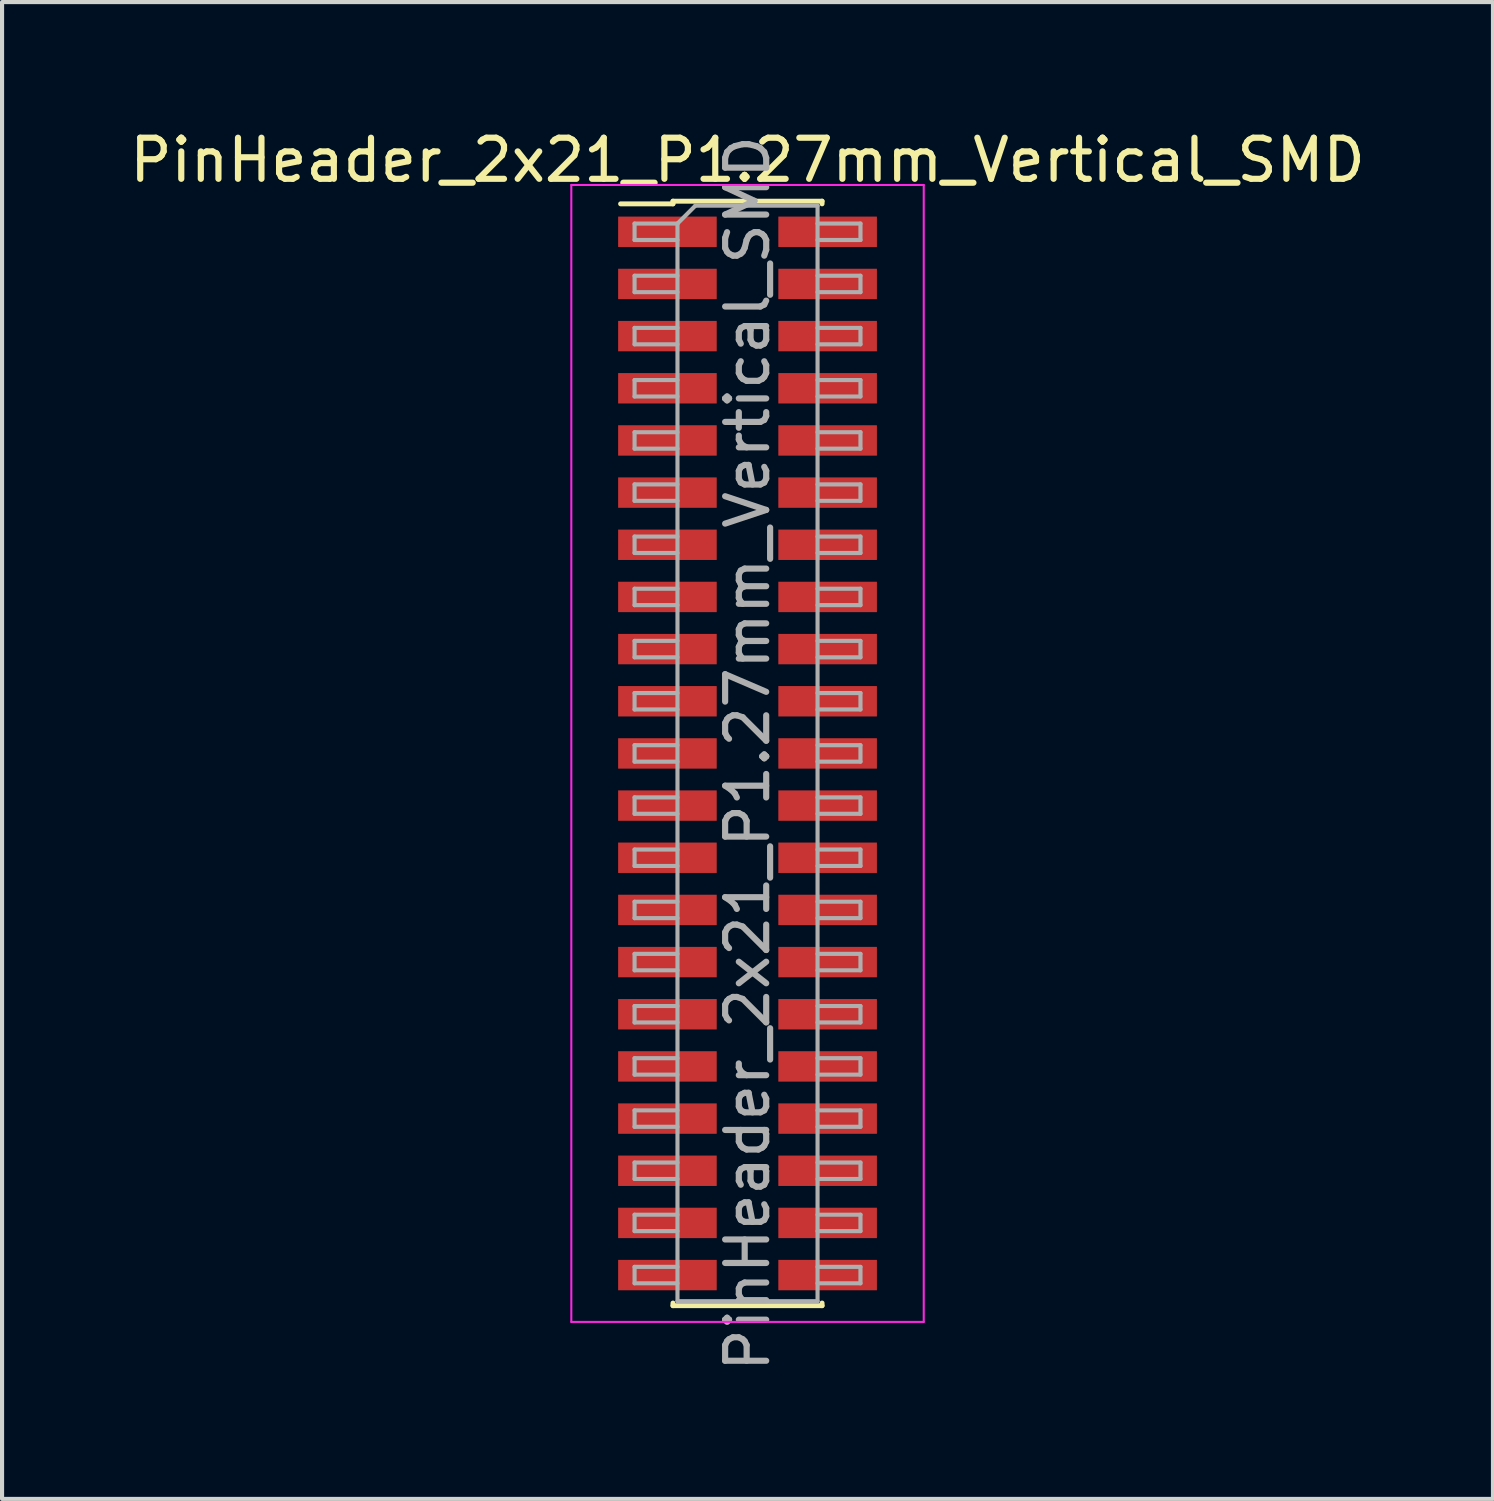
<source format=kicad_pcb>
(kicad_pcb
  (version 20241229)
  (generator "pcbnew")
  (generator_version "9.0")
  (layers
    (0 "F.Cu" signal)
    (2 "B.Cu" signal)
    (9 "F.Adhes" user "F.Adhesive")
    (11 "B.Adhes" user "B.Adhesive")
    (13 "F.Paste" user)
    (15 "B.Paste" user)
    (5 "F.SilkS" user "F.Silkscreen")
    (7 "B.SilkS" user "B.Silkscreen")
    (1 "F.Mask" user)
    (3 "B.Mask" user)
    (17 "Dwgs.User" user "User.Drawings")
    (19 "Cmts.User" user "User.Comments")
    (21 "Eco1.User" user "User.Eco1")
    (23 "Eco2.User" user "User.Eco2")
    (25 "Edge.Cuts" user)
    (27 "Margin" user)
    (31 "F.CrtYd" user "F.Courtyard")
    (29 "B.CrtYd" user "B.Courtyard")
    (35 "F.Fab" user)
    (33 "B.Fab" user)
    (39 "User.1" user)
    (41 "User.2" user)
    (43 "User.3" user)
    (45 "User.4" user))
  (footprint "PinHeader_2x21_P1.27mm_Vertical_SMD"
    (layer "F.Cu")
    (at 15.149 15.293)
    (property "Reference" "PinHeader_2x21_P1.27mm_Vertical_SMD" (at 0 -14.445 0) (layer "F.SilkS") (effects (font (size 1 1) (thickness 0.15))))
    (attr smd)
    (fp_line (start -3.09 -13.38) (end -1.815 -13.38) (stroke (width 0.12) (type solid)) (layer "F.SilkS"))
    (fp_line (start -1.815 -13.445) (end -1.815 -13.38) (stroke (width 0.12) (type solid)) (layer "F.SilkS"))
    (fp_line (start -1.815 -13.445) (end 1.815 -13.445) (stroke (width 0.12) (type solid)) (layer "F.SilkS"))
    (fp_line (start -1.815 13.38) (end -1.815 13.445) (stroke (width 0.12) (type solid)) (layer "F.SilkS"))
    (fp_line (start -1.815 13.445) (end 1.815 13.445) (stroke (width 0.12) (type solid)) (layer "F.SilkS"))
    (fp_line (start 1.815 -13.445) (end 1.815 -13.38) (stroke (width 0.12) (type solid)) (layer "F.SilkS"))
    (fp_line (start 1.815 13.38) (end 1.815 13.445) (stroke (width 0.12) (type solid)) (layer "F.SilkS"))
    (fp_line (start -4.29 -13.84) (end -4.29 13.84) (stroke (width 0.05) (type solid)) (layer "F.CrtYd"))
    (fp_line (start -4.29 13.84) (end 4.29 13.84) (stroke (width 0.05) (type solid)) (layer "F.CrtYd"))
    (fp_line (start 4.29 -13.84) (end -4.29 -13.84) (stroke (width 0.05) (type solid)) (layer "F.CrtYd"))
    (fp_line (start 4.29 13.84) (end 4.29 -13.84) (stroke (width 0.05) (type solid)) (layer "F.CrtYd"))
    (fp_line (start -2.75 -12.9) (end -2.75 -12.5) (stroke (width 0.1) (type solid)) (layer "F.Fab"))
    (fp_line (start -2.75 -12.5) (end -1.705 -12.5) (stroke (width 0.1) (type solid)) (layer "F.Fab"))
    (fp_line (start -2.75 -11.63) (end -2.75 -11.23) (stroke (width 0.1) (type solid)) (layer "F.Fab"))
    (fp_line (start -2.75 -11.23) (end -1.705 -11.23) (stroke (width 0.1) (type solid)) (layer "F.Fab"))
    (fp_line (start -2.75 -10.36) (end -2.75 -9.96) (stroke (width 0.1) (type solid)) (layer "F.Fab"))
    (fp_line (start -2.75 -9.96) (end -1.705 -9.96) (stroke (width 0.1) (type solid)) (layer "F.Fab"))
    (fp_line (start -2.75 -9.09) (end -2.75 -8.69) (stroke (width 0.1) (type solid)) (layer "F.Fab"))
    (fp_line (start -2.75 -8.69) (end -1.705 -8.69) (stroke (width 0.1) (type solid)) (layer "F.Fab"))
    (fp_line (start -2.75 -7.82) (end -2.75 -7.42) (stroke (width 0.1) (type solid)) (layer "F.Fab"))
    (fp_line (start -2.75 -7.42) (end -1.705 -7.42) (stroke (width 0.1) (type solid)) (layer "F.Fab"))
    (fp_line (start -2.75 -6.55) (end -2.75 -6.15) (stroke (width 0.1) (type solid)) (layer "F.Fab"))
    (fp_line (start -2.75 -6.15) (end -1.705 -6.15) (stroke (width 0.1) (type solid)) (layer "F.Fab"))
    (fp_line (start -2.75 -5.28) (end -2.75 -4.88) (stroke (width 0.1) (type solid)) (layer "F.Fab"))
    (fp_line (start -2.75 -4.88) (end -1.705 -4.88) (stroke (width 0.1) (type solid)) (layer "F.Fab"))
    (fp_line (start -2.75 -4.01) (end -2.75 -3.61) (stroke (width 0.1) (type solid)) (layer "F.Fab"))
    (fp_line (start -2.75 -3.61) (end -1.705 -3.61) (stroke (width 0.1) (type solid)) (layer "F.Fab"))
    (fp_line (start -2.75 -2.74) (end -2.75 -2.34) (stroke (width 0.1) (type solid)) (layer "F.Fab"))
    (fp_line (start -2.75 -2.34) (end -1.705 -2.34) (stroke (width 0.1) (type solid)) (layer "F.Fab"))
    (fp_line (start -2.75 -1.47) (end -2.75 -1.07) (stroke (width 0.1) (type solid)) (layer "F.Fab"))
    (fp_line (start -2.75 -1.07) (end -1.705 -1.07) (stroke (width 0.1) (type solid)) (layer "F.Fab"))
    (fp_line (start -2.75 -0.2) (end -2.75 0.2) (stroke (width 0.1) (type solid)) (layer "F.Fab"))
    (fp_line (start -2.75 0.2) (end -1.705 0.2) (stroke (width 0.1) (type solid)) (layer "F.Fab"))
    (fp_line (start -2.75 1.07) (end -2.75 1.47) (stroke (width 0.1) (type solid)) (layer "F.Fab"))
    (fp_line (start -2.75 1.47) (end -1.705 1.47) (stroke (width 0.1) (type solid)) (layer "F.Fab"))
    (fp_line (start -2.75 2.34) (end -2.75 2.74) (stroke (width 0.1) (type solid)) (layer "F.Fab"))
    (fp_line (start -2.75 2.74) (end -1.705 2.74) (stroke (width 0.1) (type solid)) (layer "F.Fab"))
    (fp_line (start -2.75 3.61) (end -2.75 4.01) (stroke (width 0.1) (type solid)) (layer "F.Fab"))
    (fp_line (start -2.75 4.01) (end -1.705 4.01) (stroke (width 0.1) (type solid)) (layer "F.Fab"))
    (fp_line (start -2.75 4.88) (end -2.75 5.28) (stroke (width 0.1) (type solid)) (layer "F.Fab"))
    (fp_line (start -2.75 5.28) (end -1.705 5.28) (stroke (width 0.1) (type solid)) (layer "F.Fab"))
    (fp_line (start -2.75 6.15) (end -2.75 6.55) (stroke (width 0.1) (type solid)) (layer "F.Fab"))
    (fp_line (start -2.75 6.55) (end -1.705 6.55) (stroke (width 0.1) (type solid)) (layer "F.Fab"))
    (fp_line (start -2.75 7.42) (end -2.75 7.82) (stroke (width 0.1) (type solid)) (layer "F.Fab"))
    (fp_line (start -2.75 7.82) (end -1.705 7.82) (stroke (width 0.1) (type solid)) (layer "F.Fab"))
    (fp_line (start -2.75 8.69) (end -2.75 9.09) (stroke (width 0.1) (type solid)) (layer "F.Fab"))
    (fp_line (start -2.75 9.09) (end -1.705 9.09) (stroke (width 0.1) (type solid)) (layer "F.Fab"))
    (fp_line (start -2.75 9.96) (end -2.75 10.36) (stroke (width 0.1) (type solid)) (layer "F.Fab"))
    (fp_line (start -2.75 10.36) (end -1.705 10.36) (stroke (width 0.1) (type solid)) (layer "F.Fab"))
    (fp_line (start -2.75 11.23) (end -2.75 11.63) (stroke (width 0.1) (type solid)) (layer "F.Fab"))
    (fp_line (start -2.75 11.63) (end -1.705 11.63) (stroke (width 0.1) (type solid)) (layer "F.Fab"))
    (fp_line (start -2.75 12.5) (end -2.75 12.9) (stroke (width 0.1) (type solid)) (layer "F.Fab"))
    (fp_line (start -2.75 12.9) (end -1.705 12.9) (stroke (width 0.1) (type solid)) (layer "F.Fab"))
    (fp_line (start -1.705 -12.9) (end -2.75 -12.9) (stroke (width 0.1) (type solid)) (layer "F.Fab"))
    (fp_line (start -1.705 -12.9) (end -1.27 -13.335) (stroke (width 0.1) (type solid)) (layer "F.Fab"))
    (fp_line (start -1.705 -11.63) (end -2.75 -11.63) (stroke (width 0.1) (type solid)) (layer "F.Fab"))
    (fp_line (start -1.705 -10.36) (end -2.75 -10.36) (stroke (width 0.1) (type solid)) (layer "F.Fab"))
    (fp_line (start -1.705 -9.09) (end -2.75 -9.09) (stroke (width 0.1) (type solid)) (layer "F.Fab"))
    (fp_line (start -1.705 -7.82) (end -2.75 -7.82) (stroke (width 0.1) (type solid)) (layer "F.Fab"))
    (fp_line (start -1.705 -6.55) (end -2.75 -6.55) (stroke (width 0.1) (type solid)) (layer "F.Fab"))
    (fp_line (start -1.705 -5.28) (end -2.75 -5.28) (stroke (width 0.1) (type solid)) (layer "F.Fab"))
    (fp_line (start -1.705 -4.01) (end -2.75 -4.01) (stroke (width 0.1) (type solid)) (layer "F.Fab"))
    (fp_line (start -1.705 -2.74) (end -2.75 -2.74) (stroke (width 0.1) (type solid)) (layer "F.Fab"))
    (fp_line (start -1.705 -1.47) (end -2.75 -1.47) (stroke (width 0.1) (type solid)) (layer "F.Fab"))
    (fp_line (start -1.705 -0.2) (end -2.75 -0.2) (stroke (width 0.1) (type solid)) (layer "F.Fab"))
    (fp_line (start -1.705 1.07) (end -2.75 1.07) (stroke (width 0.1) (type solid)) (layer "F.Fab"))
    (fp_line (start -1.705 2.34) (end -2.75 2.34) (stroke (width 0.1) (type solid)) (layer "F.Fab"))
    (fp_line (start -1.705 3.61) (end -2.75 3.61) (stroke (width 0.1) (type solid)) (layer "F.Fab"))
    (fp_line (start -1.705 4.88) (end -2.75 4.88) (stroke (width 0.1) (type solid)) (layer "F.Fab"))
    (fp_line (start -1.705 6.15) (end -2.75 6.15) (stroke (width 0.1) (type solid)) (layer "F.Fab"))
    (fp_line (start -1.705 7.42) (end -2.75 7.42) (stroke (width 0.1) (type solid)) (layer "F.Fab"))
    (fp_line (start -1.705 8.69) (end -2.75 8.69) (stroke (width 0.1) (type solid)) (layer "F.Fab"))
    (fp_line (start -1.705 9.96) (end -2.75 9.96) (stroke (width 0.1) (type solid)) (layer "F.Fab"))
    (fp_line (start -1.705 11.23) (end -2.75 11.23) (stroke (width 0.1) (type solid)) (layer "F.Fab"))
    (fp_line (start -1.705 12.5) (end -2.75 12.5) (stroke (width 0.1) (type solid)) (layer "F.Fab"))
    (fp_line (start -1.705 13.335) (end -1.705 -12.9) (stroke (width 0.1) (type solid)) (layer "F.Fab"))
    (fp_line (start -1.27 -13.335) (end 1.705 -13.335) (stroke (width 0.1) (type solid)) (layer "F.Fab"))
    (fp_line (start 1.705 -13.335) (end 1.705 13.335) (stroke (width 0.1) (type solid)) (layer "F.Fab"))
    (fp_line (start 1.705 -12.9) (end 2.75 -12.9) (stroke (width 0.1) (type solid)) (layer "F.Fab"))
    (fp_line (start 1.705 -11.63) (end 2.75 -11.63) (stroke (width 0.1) (type solid)) (layer "F.Fab"))
    (fp_line (start 1.705 -10.36) (end 2.75 -10.36) (stroke (width 0.1) (type solid)) (layer "F.Fab"))
    (fp_line (start 1.705 -9.09) (end 2.75 -9.09) (stroke (width 0.1) (type solid)) (layer "F.Fab"))
    (fp_line (start 1.705 -7.82) (end 2.75 -7.82) (stroke (width 0.1) (type solid)) (layer "F.Fab"))
    (fp_line (start 1.705 -6.55) (end 2.75 -6.55) (stroke (width 0.1) (type solid)) (layer "F.Fab"))
    (fp_line (start 1.705 -5.28) (end 2.75 -5.28) (stroke (width 0.1) (type solid)) (layer "F.Fab"))
    (fp_line (start 1.705 -4.01) (end 2.75 -4.01) (stroke (width 0.1) (type solid)) (layer "F.Fab"))
    (fp_line (start 1.705 -2.74) (end 2.75 -2.74) (stroke (width 0.1) (type solid)) (layer "F.Fab"))
    (fp_line (start 1.705 -1.47) (end 2.75 -1.47) (stroke (width 0.1) (type solid)) (layer "F.Fab"))
    (fp_line (start 1.705 -0.2) (end 2.75 -0.2) (stroke (width 0.1) (type solid)) (layer "F.Fab"))
    (fp_line (start 1.705 1.07) (end 2.75 1.07) (stroke (width 0.1) (type solid)) (layer "F.Fab"))
    (fp_line (start 1.705 2.34) (end 2.75 2.34) (stroke (width 0.1) (type solid)) (layer "F.Fab"))
    (fp_line (start 1.705 3.61) (end 2.75 3.61) (stroke (width 0.1) (type solid)) (layer "F.Fab"))
    (fp_line (start 1.705 4.88) (end 2.75 4.88) (stroke (width 0.1) (type solid)) (layer "F.Fab"))
    (fp_line (start 1.705 6.15) (end 2.75 6.15) (stroke (width 0.1) (type solid)) (layer "F.Fab"))
    (fp_line (start 1.705 7.42) (end 2.75 7.42) (stroke (width 0.1) (type solid)) (layer "F.Fab"))
    (fp_line (start 1.705 8.69) (end 2.75 8.69) (stroke (width 0.1) (type solid)) (layer "F.Fab"))
    (fp_line (start 1.705 9.96) (end 2.75 9.96) (stroke (width 0.1) (type solid)) (layer "F.Fab"))
    (fp_line (start 1.705 11.23) (end 2.75 11.23) (stroke (width 0.1) (type solid)) (layer "F.Fab"))
    (fp_line (start 1.705 12.5) (end 2.75 12.5) (stroke (width 0.1) (type solid)) (layer "F.Fab"))
    (fp_line (start 1.705 13.335) (end -1.705 13.335) (stroke (width 0.1) (type solid)) (layer "F.Fab"))
    (fp_line (start 2.75 -12.9) (end 2.75 -12.5) (stroke (width 0.1) (type solid)) (layer "F.Fab"))
    (fp_line (start 2.75 -12.5) (end 1.705 -12.5) (stroke (width 0.1) (type solid)) (layer "F.Fab"))
    (fp_line (start 2.75 -11.63) (end 2.75 -11.23) (stroke (width 0.1) (type solid)) (layer "F.Fab"))
    (fp_line (start 2.75 -11.23) (end 1.705 -11.23) (stroke (width 0.1) (type solid)) (layer "F.Fab"))
    (fp_line (start 2.75 -10.36) (end 2.75 -9.96) (stroke (width 0.1) (type solid)) (layer "F.Fab"))
    (fp_line (start 2.75 -9.96) (end 1.705 -9.96) (stroke (width 0.1) (type solid)) (layer "F.Fab"))
    (fp_line (start 2.75 -9.09) (end 2.75 -8.69) (stroke (width 0.1) (type solid)) (layer "F.Fab"))
    (fp_line (start 2.75 -8.69) (end 1.705 -8.69) (stroke (width 0.1) (type solid)) (layer "F.Fab"))
    (fp_line (start 2.75 -7.82) (end 2.75 -7.42) (stroke (width 0.1) (type solid)) (layer "F.Fab"))
    (fp_line (start 2.75 -7.42) (end 1.705 -7.42) (stroke (width 0.1) (type solid)) (layer "F.Fab"))
    (fp_line (start 2.75 -6.55) (end 2.75 -6.15) (stroke (width 0.1) (type solid)) (layer "F.Fab"))
    (fp_line (start 2.75 -6.15) (end 1.705 -6.15) (stroke (width 0.1) (type solid)) (layer "F.Fab"))
    (fp_line (start 2.75 -5.28) (end 2.75 -4.88) (stroke (width 0.1) (type solid)) (layer "F.Fab"))
    (fp_line (start 2.75 -4.88) (end 1.705 -4.88) (stroke (width 0.1) (type solid)) (layer "F.Fab"))
    (fp_line (start 2.75 -4.01) (end 2.75 -3.61) (stroke (width 0.1) (type solid)) (layer "F.Fab"))
    (fp_line (start 2.75 -3.61) (end 1.705 -3.61) (stroke (width 0.1) (type solid)) (layer "F.Fab"))
    (fp_line (start 2.75 -2.74) (end 2.75 -2.34) (stroke (width 0.1) (type solid)) (layer "F.Fab"))
    (fp_line (start 2.75 -2.34) (end 1.705 -2.34) (stroke (width 0.1) (type solid)) (layer "F.Fab"))
    (fp_line (start 2.75 -1.47) (end 2.75 -1.07) (stroke (width 0.1) (type solid)) (layer "F.Fab"))
    (fp_line (start 2.75 -1.07) (end 1.705 -1.07) (stroke (width 0.1) (type solid)) (layer "F.Fab"))
    (fp_line (start 2.75 -0.2) (end 2.75 0.2) (stroke (width 0.1) (type solid)) (layer "F.Fab"))
    (fp_line (start 2.75 0.2) (end 1.705 0.2) (stroke (width 0.1) (type solid)) (layer "F.Fab"))
    (fp_line (start 2.75 1.07) (end 2.75 1.47) (stroke (width 0.1) (type solid)) (layer "F.Fab"))
    (fp_line (start 2.75 1.47) (end 1.705 1.47) (stroke (width 0.1) (type solid)) (layer "F.Fab"))
    (fp_line (start 2.75 2.34) (end 2.75 2.74) (stroke (width 0.1) (type solid)) (layer "F.Fab"))
    (fp_line (start 2.75 2.74) (end 1.705 2.74) (stroke (width 0.1) (type solid)) (layer "F.Fab"))
    (fp_line (start 2.75 3.61) (end 2.75 4.01) (stroke (width 0.1) (type solid)) (layer "F.Fab"))
    (fp_line (start 2.75 4.01) (end 1.705 4.01) (stroke (width 0.1) (type solid)) (layer "F.Fab"))
    (fp_line (start 2.75 4.88) (end 2.75 5.28) (stroke (width 0.1) (type solid)) (layer "F.Fab"))
    (fp_line (start 2.75 5.28) (end 1.705 5.28) (stroke (width 0.1) (type solid)) (layer "F.Fab"))
    (fp_line (start 2.75 6.15) (end 2.75 6.55) (stroke (width 0.1) (type solid)) (layer "F.Fab"))
    (fp_line (start 2.75 6.55) (end 1.705 6.55) (stroke (width 0.1) (type solid)) (layer "F.Fab"))
    (fp_line (start 2.75 7.42) (end 2.75 7.82) (stroke (width 0.1) (type solid)) (layer "F.Fab"))
    (fp_line (start 2.75 7.82) (end 1.705 7.82) (stroke (width 0.1) (type solid)) (layer "F.Fab"))
    (fp_line (start 2.75 8.69) (end 2.75 9.09) (stroke (width 0.1) (type solid)) (layer "F.Fab"))
    (fp_line (start 2.75 9.09) (end 1.705 9.09) (stroke (width 0.1) (type solid)) (layer "F.Fab"))
    (fp_line (start 2.75 9.96) (end 2.75 10.36) (stroke (width 0.1) (type solid)) (layer "F.Fab"))
    (fp_line (start 2.75 10.36) (end 1.705 10.36) (stroke (width 0.1) (type solid)) (layer "F.Fab"))
    (fp_line (start 2.75 11.23) (end 2.75 11.63) (stroke (width 0.1) (type solid)) (layer "F.Fab"))
    (fp_line (start 2.75 11.63) (end 1.705 11.63) (stroke (width 0.1) (type solid)) (layer "F.Fab"))
    (fp_line (start 2.75 12.5) (end 2.75 12.9) (stroke (width 0.1) (type solid)) (layer "F.Fab"))
    (fp_line (start 2.75 12.9) (end 1.705 12.9) (stroke (width 0.1) (type solid)) (layer "F.Fab"))
    (fp_text user "${REFERENCE}" (at 0 0 90) (layer "F.Fab") (effects (font (size 1 1) (thickness 0.15))))
    (pad "1" smd rect (at -1.95 -12.7) (size 2.4 0.74) (layers "F.Cu" "F.Mask" "F.Paste"))
    (pad "2" smd rect (at 1.95 -12.7) (size 2.4 0.74) (layers "F.Cu" "F.Mask" "F.Paste"))
    (pad "3" smd rect (at -1.95 -11.43) (size 2.4 0.74) (layers "F.Cu" "F.Mask" "F.Paste"))
    (pad "4" smd rect (at 1.95 -11.43) (size 2.4 0.74) (layers "F.Cu" "F.Mask" "F.Paste"))
    (pad "5" smd rect (at -1.95 -10.16) (size 2.4 0.74) (layers "F.Cu" "F.Mask" "F.Paste"))
    (pad "6" smd rect (at 1.95 -10.16) (size 2.4 0.74) (layers "F.Cu" "F.Mask" "F.Paste"))
    (pad "7" smd rect (at -1.95 -8.89) (size 2.4 0.74) (layers "F.Cu" "F.Mask" "F.Paste"))
    (pad "8" smd rect (at 1.95 -8.89) (size 2.4 0.74) (layers "F.Cu" "F.Mask" "F.Paste"))
    (pad "9" smd rect (at -1.95 -7.62) (size 2.4 0.74) (layers "F.Cu" "F.Mask" "F.Paste"))
    (pad "10" smd rect (at 1.95 -7.62) (size 2.4 0.74) (layers "F.Cu" "F.Mask" "F.Paste"))
    (pad "11" smd rect (at -1.95 -6.35) (size 2.4 0.74) (layers "F.Cu" "F.Mask" "F.Paste"))
    (pad "12" smd rect (at 1.95 -6.35) (size 2.4 0.74) (layers "F.Cu" "F.Mask" "F.Paste"))
    (pad "13" smd rect (at -1.95 -5.08) (size 2.4 0.74) (layers "F.Cu" "F.Mask" "F.Paste"))
    (pad "14" smd rect (at 1.95 -5.08) (size 2.4 0.74) (layers "F.Cu" "F.Mask" "F.Paste"))
    (pad "15" smd rect (at -1.95 -3.81) (size 2.4 0.74) (layers "F.Cu" "F.Mask" "F.Paste"))
    (pad "16" smd rect (at 1.95 -3.81) (size 2.4 0.74) (layers "F.Cu" "F.Mask" "F.Paste"))
    (pad "17" smd rect (at -1.95 -2.54) (size 2.4 0.74) (layers "F.Cu" "F.Mask" "F.Paste"))
    (pad "18" smd rect (at 1.95 -2.54) (size 2.4 0.74) (layers "F.Cu" "F.Mask" "F.Paste"))
    (pad "19" smd rect (at -1.95 -1.27) (size 2.4 0.74) (layers "F.Cu" "F.Mask" "F.Paste"))
    (pad "20" smd rect (at 1.95 -1.27) (size 2.4 0.74) (layers "F.Cu" "F.Mask" "F.Paste"))
    (pad "21" smd rect (at -1.95 0) (size 2.4 0.74) (layers "F.Cu" "F.Mask" "F.Paste"))
    (pad "22" smd rect (at 1.95 0) (size 2.4 0.74) (layers "F.Cu" "F.Mask" "F.Paste"))
    (pad "23" smd rect (at -1.95 1.27) (size 2.4 0.74) (layers "F.Cu" "F.Mask" "F.Paste"))
    (pad "24" smd rect (at 1.95 1.27) (size 2.4 0.74) (layers "F.Cu" "F.Mask" "F.Paste"))
    (pad "25" smd rect (at -1.95 2.54) (size 2.4 0.74) (layers "F.Cu" "F.Mask" "F.Paste"))
    (pad "26" smd rect (at 1.95 2.54) (size 2.4 0.74) (layers "F.Cu" "F.Mask" "F.Paste"))
    (pad "27" smd rect (at -1.95 3.81) (size 2.4 0.74) (layers "F.Cu" "F.Mask" "F.Paste"))
    (pad "28" smd rect (at 1.95 3.81) (size 2.4 0.74) (layers "F.Cu" "F.Mask" "F.Paste"))
    (pad "29" smd rect (at -1.95 5.08) (size 2.4 0.74) (layers "F.Cu" "F.Mask" "F.Paste"))
    (pad "30" smd rect (at 1.95 5.08) (size 2.4 0.74) (layers "F.Cu" "F.Mask" "F.Paste"))
    (pad "31" smd rect (at -1.95 6.35) (size 2.4 0.74) (layers "F.Cu" "F.Mask" "F.Paste"))
    (pad "32" smd rect (at 1.95 6.35) (size 2.4 0.74) (layers "F.Cu" "F.Mask" "F.Paste"))
    (pad "33" smd rect (at -1.95 7.62) (size 2.4 0.74) (layers "F.Cu" "F.Mask" "F.Paste"))
    (pad "34" smd rect (at 1.95 7.62) (size 2.4 0.74) (layers "F.Cu" "F.Mask" "F.Paste"))
    (pad "35" smd rect (at -1.95 8.89) (size 2.4 0.74) (layers "F.Cu" "F.Mask" "F.Paste"))
    (pad "36" smd rect (at 1.95 8.89) (size 2.4 0.74) (layers "F.Cu" "F.Mask" "F.Paste"))
    (pad "37" smd rect (at -1.95 10.16) (size 2.4 0.74) (layers "F.Cu" "F.Mask" "F.Paste"))
    (pad "38" smd rect (at 1.95 10.16) (size 2.4 0.74) (layers "F.Cu" "F.Mask" "F.Paste"))
    (pad "39" smd rect (at -1.95 11.43) (size 2.4 0.74) (layers "F.Cu" "F.Mask" "F.Paste"))
    (pad "40" smd rect (at 1.95 11.43) (size 2.4 0.74) (layers "F.Cu" "F.Mask" "F.Paste"))
    (pad "41" smd rect (at -1.95 12.7) (size 2.4 0.74) (layers "F.Cu" "F.Mask" "F.Paste"))
    (pad "42" smd rect (at 1.95 12.7) (size 2.4 0.74) (layers "F.Cu" "F.Mask" "F.Paste")))
  (gr_rect
    (start -3 -3)
    (end 33.298 33.442)
    (stroke (width 0.1) (type default))
    (fill no)
    (layer "Edge.Cuts")))
</source>
